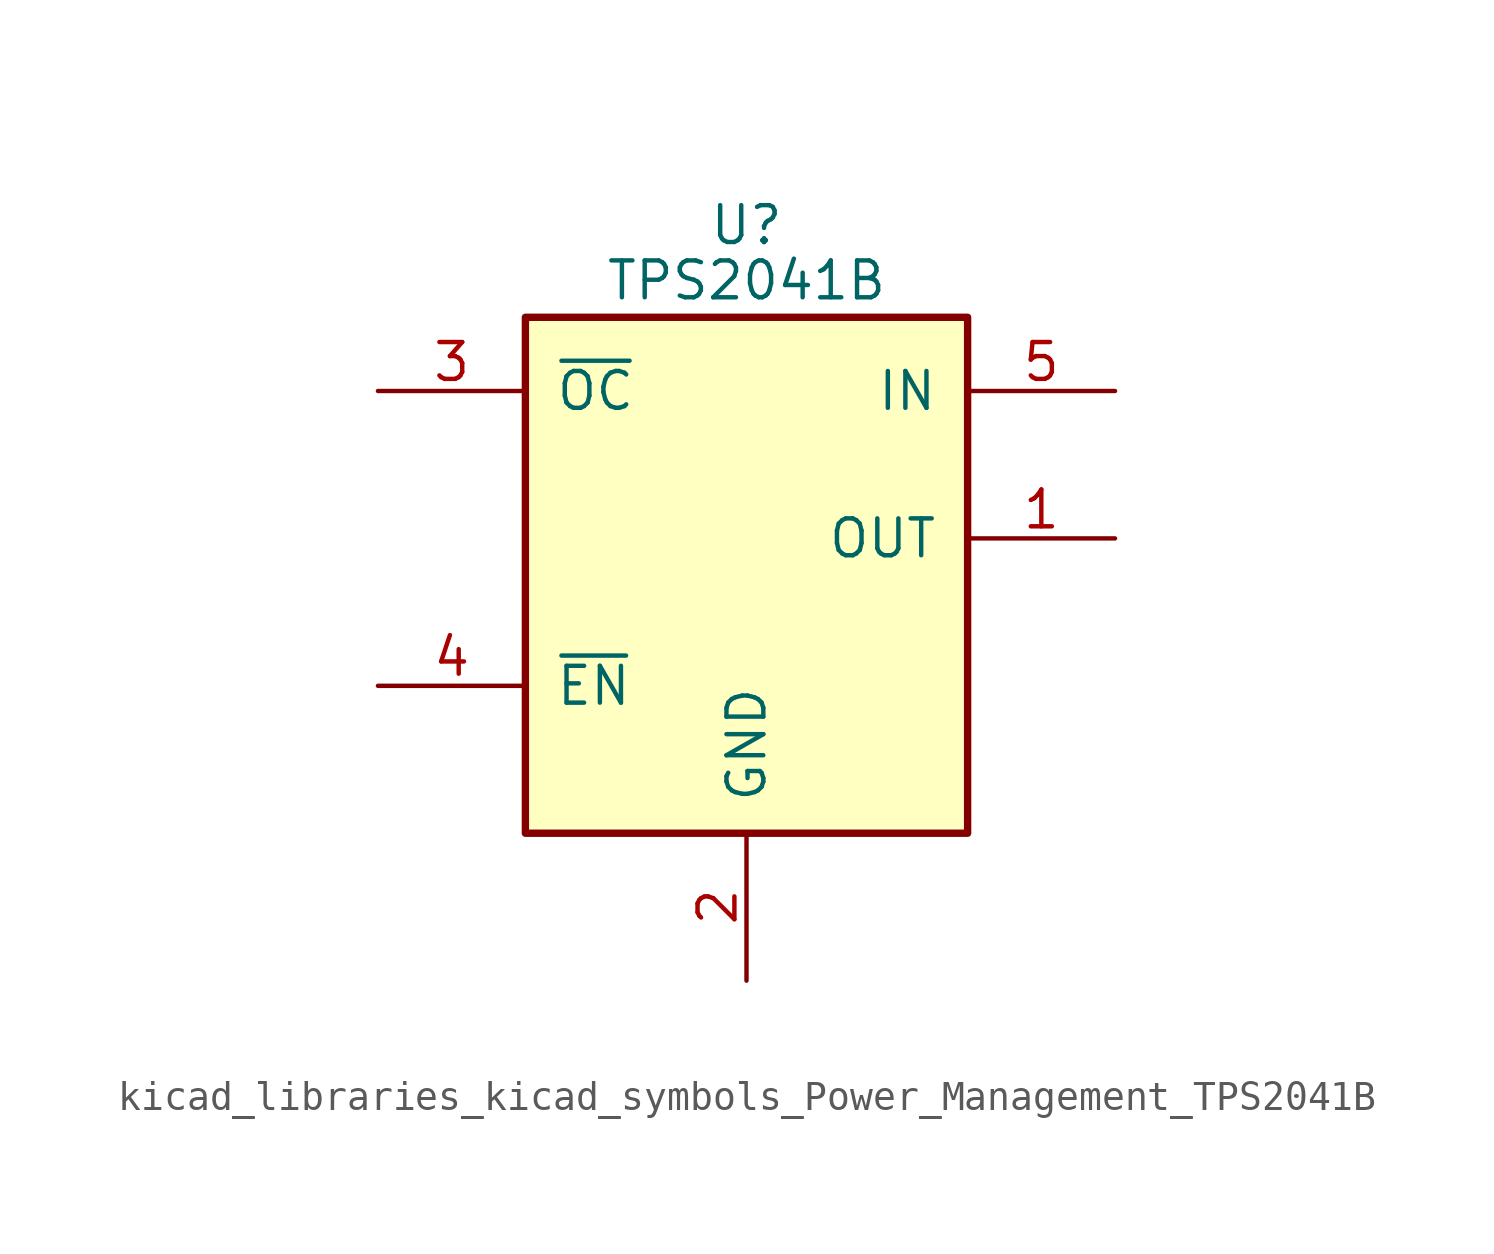
<source format=kicad_sym>
(kicad_symbol_lib
  (version 20220914)
  (generator kicad_symbol_editor)
  (symbol "kicad_libraries_kicad_symbols_Power_Management_TPS2041B"
    (pin_names
      (offset 1.016))
    (property "Reference" "U"
      (at 0 10.795 0)
      (effects (font (size 1.27 1.27))))
    (property "Value" "TPS2041B"
      (at 0 8.89 0)
      (effects (font (size 1.27 1.27))))
    (symbol "kicad_libraries_kicad_symbols_Power_Management_TPS2041B_0_1"
      (rectangle (start -7.62 7.62) (end 7.62 -10.16) (stroke (width 0.254) (type default)) (fill (type background))))
    (symbol "kicad_libraries_kicad_symbols_Power_Management_TPS2041B_1_1"
      (pin power_out line (at 12.7 0 180) (length 5.08) (name "OUT" (effects (font (size 1.27 1.27)))) (number "1" (effects (font (size 1.27 1.27)))))
      (pin power_in line (at 0 -15.24 90) (length 5.08) (name "GND" (effects (font (size 1.27 1.27)))) (number "2" (effects (font (size 1.27 1.27)))))
      (pin open_collector line (at -12.7 5.08 0) (length 5.08) (name "~{OC}" (effects (font (size 1.27 1.27)))) (number "3" (effects (font (size 1.27 1.27)))))
      (pin input line (at -12.7 -5.08 0) (length 5.08) (name "~{EN}" (effects (font (size 1.27 1.27)))) (number "4" (effects (font (size 1.27 1.27)))))
      (pin power_in line (at 12.7 5.08 180) (length 5.08) (name "IN" (effects (font (size 1.27 1.27)))) (number "5" (effects (font (size 1.27 1.27))))))))
</source>
